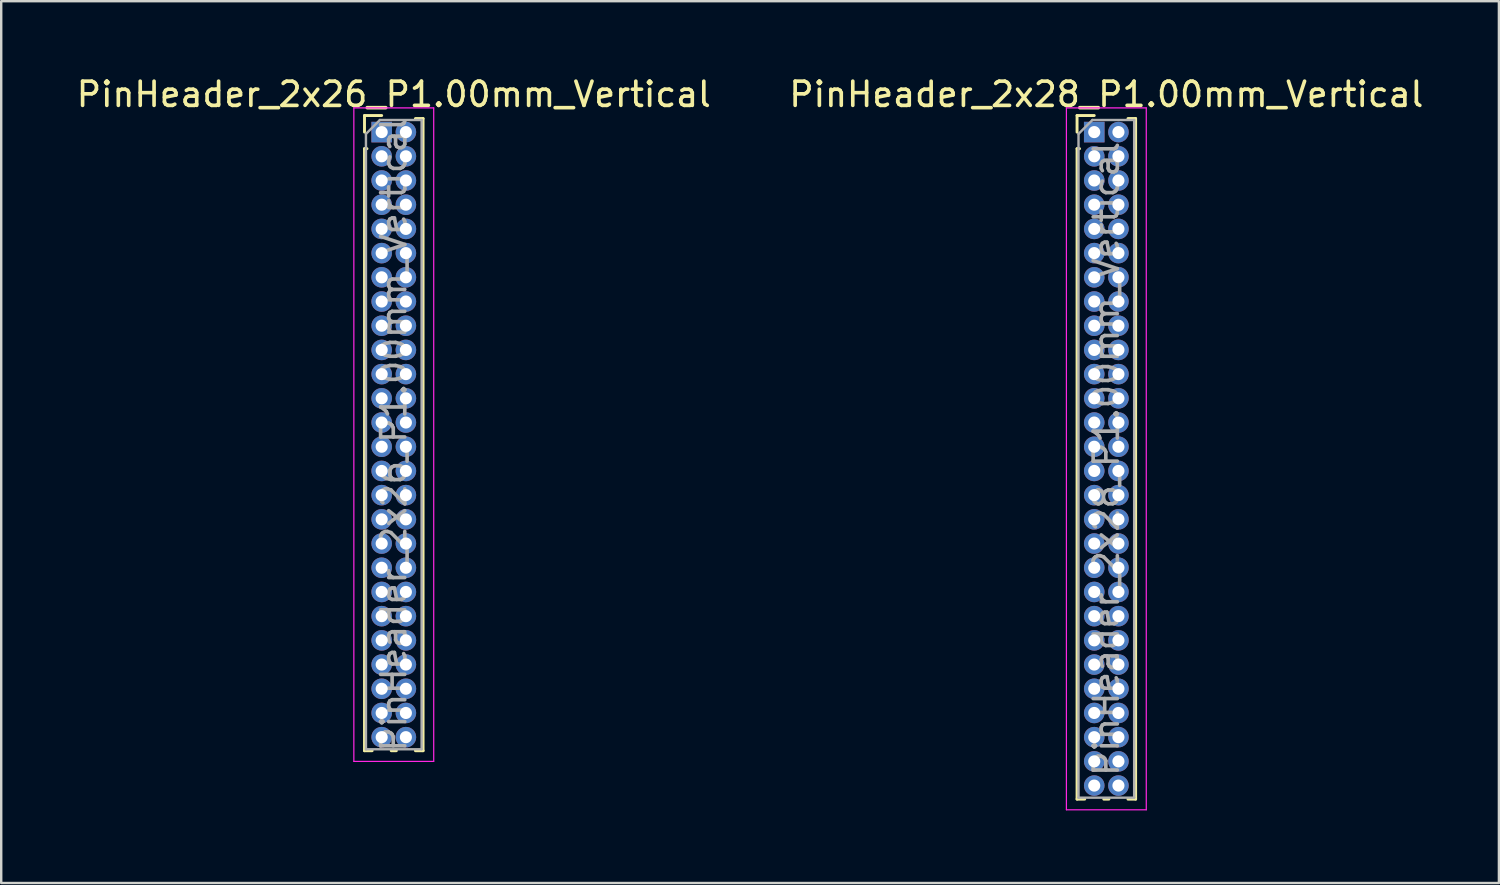
<source format=kicad_pcb>
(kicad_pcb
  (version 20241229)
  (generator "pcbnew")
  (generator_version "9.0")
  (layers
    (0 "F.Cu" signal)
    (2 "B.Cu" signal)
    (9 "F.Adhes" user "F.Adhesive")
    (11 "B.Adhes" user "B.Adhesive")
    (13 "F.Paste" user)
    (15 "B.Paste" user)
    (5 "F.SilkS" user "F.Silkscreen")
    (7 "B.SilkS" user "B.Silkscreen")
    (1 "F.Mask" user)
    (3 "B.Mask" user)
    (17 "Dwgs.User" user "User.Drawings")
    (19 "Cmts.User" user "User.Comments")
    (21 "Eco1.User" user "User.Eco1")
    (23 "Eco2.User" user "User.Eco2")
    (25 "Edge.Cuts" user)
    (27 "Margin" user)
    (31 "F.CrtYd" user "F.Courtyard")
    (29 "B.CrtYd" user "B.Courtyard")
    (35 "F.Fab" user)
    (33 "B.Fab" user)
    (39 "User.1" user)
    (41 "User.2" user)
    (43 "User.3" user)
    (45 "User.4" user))
  (footprint "PinHeader_2x26_P1.00mm_Vertical"
    (layer "F.Cu")
    (at 12.72 2.408)
    (property "Reference" "PinHeader_2x26_P1.00mm_Vertical" (at 0.5 -1.56 0) (layer "F.SilkS") (effects (font (size 1 1) (thickness 0.15))))
    (attr through_hole)
    (fp_line (start -0.71 -0.685) (end 0 -0.685) (stroke (width 0.12) (type solid)) (layer "F.SilkS"))
    (fp_line (start -0.71 0) (end -0.71 -0.685) (stroke (width 0.12) (type solid)) (layer "F.SilkS"))
    (fp_line (start -0.71 0.685) (end -0.71 25.56) (stroke (width 0.12) (type solid)) (layer "F.SilkS"))
    (fp_line (start -0.71 0.685) (end -0.608 0.685) (stroke (width 0.12) (type solid)) (layer "F.SilkS"))
    (fp_line (start -0.71 25.56) (end -0.394 25.56) (stroke (width 0.12) (type solid)) (layer "F.SilkS"))
    (fp_line (start 0.394 25.56) (end 0.606 25.56) (stroke (width 0.12) (type solid)) (layer "F.SilkS"))
    (fp_line (start 1.394 -0.56) (end 1.71 -0.56) (stroke (width 0.12) (type solid)) (layer "F.SilkS"))
    (fp_line (start 1.394 25.56) (end 1.71 25.56) (stroke (width 0.12) (type solid)) (layer "F.SilkS"))
    (fp_line (start 1.71 -0.56) (end 1.71 25.56) (stroke (width 0.12) (type solid)) (layer "F.SilkS"))
    (fp_line (start -1.15 -1) (end -1.15 26) (stroke (width 0.05) (type solid)) (layer "F.CrtYd"))
    (fp_line (start -1.15 26) (end 2.15 26) (stroke (width 0.05) (type solid)) (layer "F.CrtYd"))
    (fp_line (start 2.15 -1) (end -1.15 -1) (stroke (width 0.05) (type solid)) (layer "F.CrtYd"))
    (fp_line (start 2.15 26) (end 2.15 -1) (stroke (width 0.05) (type solid)) (layer "F.CrtYd"))
    (fp_line (start -0.65 0.075) (end -0.075 -0.5) (stroke (width 0.1) (type solid)) (layer "F.Fab"))
    (fp_line (start -0.65 25.5) (end -0.65 0.075) (stroke (width 0.1) (type solid)) (layer "F.Fab"))
    (fp_line (start -0.075 -0.5) (end 1.65 -0.5) (stroke (width 0.1) (type solid)) (layer "F.Fab"))
    (fp_line (start 1.65 -0.5) (end 1.65 25.5) (stroke (width 0.1) (type solid)) (layer "F.Fab"))
    (fp_line (start 1.65 25.5) (end -0.65 25.5) (stroke (width 0.1) (type solid)) (layer "F.Fab"))
    (fp_text user "${REFERENCE}" (at 0.5 12.5 90) (layer "F.Fab") (effects (font (size 1 1) (thickness 0.15))))
    (pad "1" thru_hole rect (at 0 0) (size 0.85 0.85) (drill 0.5) (layers "*.Cu" "*.Mask"))
    (pad "2" thru_hole oval (at 1 0) (size 0.85 0.85) (drill 0.5) (layers "*.Cu" "*.Mask"))
    (pad "3" thru_hole oval (at 0 1) (size 0.85 0.85) (drill 0.5) (layers "*.Cu" "*.Mask"))
    (pad "4" thru_hole oval (at 1 1) (size 0.85 0.85) (drill 0.5) (layers "*.Cu" "*.Mask"))
    (pad "5" thru_hole oval (at 0 2) (size 0.85 0.85) (drill 0.5) (layers "*.Cu" "*.Mask"))
    (pad "6" thru_hole oval (at 1 2) (size 0.85 0.85) (drill 0.5) (layers "*.Cu" "*.Mask"))
    (pad "7" thru_hole oval (at 0 3) (size 0.85 0.85) (drill 0.5) (layers "*.Cu" "*.Mask"))
    (pad "8" thru_hole oval (at 1 3) (size 0.85 0.85) (drill 0.5) (layers "*.Cu" "*.Mask"))
    (pad "9" thru_hole oval (at 0 4) (size 0.85 0.85) (drill 0.5) (layers "*.Cu" "*.Mask"))
    (pad "10" thru_hole oval (at 1 4) (size 0.85 0.85) (drill 0.5) (layers "*.Cu" "*.Mask"))
    (pad "11" thru_hole oval (at 0 5) (size 0.85 0.85) (drill 0.5) (layers "*.Cu" "*.Mask"))
    (pad "12" thru_hole oval (at 1 5) (size 0.85 0.85) (drill 0.5) (layers "*.Cu" "*.Mask"))
    (pad "13" thru_hole oval (at 0 6) (size 0.85 0.85) (drill 0.5) (layers "*.Cu" "*.Mask"))
    (pad "14" thru_hole oval (at 1 6) (size 0.85 0.85) (drill 0.5) (layers "*.Cu" "*.Mask"))
    (pad "15" thru_hole oval (at 0 7) (size 0.85 0.85) (drill 0.5) (layers "*.Cu" "*.Mask"))
    (pad "16" thru_hole oval (at 1 7) (size 0.85 0.85) (drill 0.5) (layers "*.Cu" "*.Mask"))
    (pad "17" thru_hole oval (at 0 8) (size 0.85 0.85) (drill 0.5) (layers "*.Cu" "*.Mask"))
    (pad "18" thru_hole oval (at 1 8) (size 0.85 0.85) (drill 0.5) (layers "*.Cu" "*.Mask"))
    (pad "19" thru_hole oval (at 0 9) (size 0.85 0.85) (drill 0.5) (layers "*.Cu" "*.Mask"))
    (pad "20" thru_hole oval (at 1 9) (size 0.85 0.85) (drill 0.5) (layers "*.Cu" "*.Mask"))
    (pad "21" thru_hole oval (at 0 10) (size 0.85 0.85) (drill 0.5) (layers "*.Cu" "*.Mask"))
    (pad "22" thru_hole oval (at 1 10) (size 0.85 0.85) (drill 0.5) (layers "*.Cu" "*.Mask"))
    (pad "23" thru_hole oval (at 0 11) (size 0.85 0.85) (drill 0.5) (layers "*.Cu" "*.Mask"))
    (pad "24" thru_hole oval (at 1 11) (size 0.85 0.85) (drill 0.5) (layers "*.Cu" "*.Mask"))
    (pad "25" thru_hole oval (at 0 12) (size 0.85 0.85) (drill 0.5) (layers "*.Cu" "*.Mask"))
    (pad "26" thru_hole oval (at 1 12) (size 0.85 0.85) (drill 0.5) (layers "*.Cu" "*.Mask"))
    (pad "27" thru_hole oval (at 0 13) (size 0.85 0.85) (drill 0.5) (layers "*.Cu" "*.Mask"))
    (pad "28" thru_hole oval (at 1 13) (size 0.85 0.85) (drill 0.5) (layers "*.Cu" "*.Mask"))
    (pad "29" thru_hole oval (at 0 14) (size 0.85 0.85) (drill 0.5) (layers "*.Cu" "*.Mask"))
    (pad "30" thru_hole oval (at 1 14) (size 0.85 0.85) (drill 0.5) (layers "*.Cu" "*.Mask"))
    (pad "31" thru_hole oval (at 0 15) (size 0.85 0.85) (drill 0.5) (layers "*.Cu" "*.Mask"))
    (pad "32" thru_hole oval (at 1 15) (size 0.85 0.85) (drill 0.5) (layers "*.Cu" "*.Mask"))
    (pad "33" thru_hole oval (at 0 16) (size 0.85 0.85) (drill 0.5) (layers "*.Cu" "*.Mask"))
    (pad "34" thru_hole oval (at 1 16) (size 0.85 0.85) (drill 0.5) (layers "*.Cu" "*.Mask"))
    (pad "35" thru_hole oval (at 0 17) (size 0.85 0.85) (drill 0.5) (layers "*.Cu" "*.Mask"))
    (pad "36" thru_hole oval (at 1 17) (size 0.85 0.85) (drill 0.5) (layers "*.Cu" "*.Mask"))
    (pad "37" thru_hole oval (at 0 18) (size 0.85 0.85) (drill 0.5) (layers "*.Cu" "*.Mask"))
    (pad "38" thru_hole oval (at 1 18) (size 0.85 0.85) (drill 0.5) (layers "*.Cu" "*.Mask"))
    (pad "39" thru_hole oval (at 0 19) (size 0.85 0.85) (drill 0.5) (layers "*.Cu" "*.Mask"))
    (pad "40" thru_hole oval (at 1 19) (size 0.85 0.85) (drill 0.5) (layers "*.Cu" "*.Mask"))
    (pad "41" thru_hole oval (at 0 20) (size 0.85 0.85) (drill 0.5) (layers "*.Cu" "*.Mask"))
    (pad "42" thru_hole oval (at 1 20) (size 0.85 0.85) (drill 0.5) (layers "*.Cu" "*.Mask"))
    (pad "43" thru_hole oval (at 0 21) (size 0.85 0.85) (drill 0.5) (layers "*.Cu" "*.Mask"))
    (pad "44" thru_hole oval (at 1 21) (size 0.85 0.85) (drill 0.5) (layers "*.Cu" "*.Mask"))
    (pad "45" thru_hole oval (at 0 22) (size 0.85 0.85) (drill 0.5) (layers "*.Cu" "*.Mask"))
    (pad "46" thru_hole oval (at 1 22) (size 0.85 0.85) (drill 0.5) (layers "*.Cu" "*.Mask"))
    (pad "47" thru_hole oval (at 0 23) (size 0.85 0.85) (drill 0.5) (layers "*.Cu" "*.Mask"))
    (pad "48" thru_hole oval (at 1 23) (size 0.85 0.85) (drill 0.5) (layers "*.Cu" "*.Mask"))
    (pad "49" thru_hole oval (at 0 24) (size 0.85 0.85) (drill 0.5) (layers "*.Cu" "*.Mask"))
    (pad "50" thru_hole oval (at 1 24) (size 0.85 0.85) (drill 0.5) (layers "*.Cu" "*.Mask"))
    (pad "51" thru_hole oval (at 0 25) (size 0.85 0.85) (drill 0.5) (layers "*.Cu" "*.Mask"))
    (pad "52" thru_hole oval (at 1 25) (size 0.85 0.85) (drill 0.5) (layers "*.Cu" "*.Mask")))
  (footprint "PinHeader_2x28_P1.00mm_Vertical"
    (layer "F.Cu")
    (at 42.161 2.408)
    (property "Reference" "PinHeader_2x28_P1.00mm_Vertical" (at 0.5 -1.56 0) (layer "F.SilkS") (effects (font (size 1 1) (thickness 0.15))))
    (attr through_hole)
    (fp_line (start -0.71 -0.685) (end 0 -0.685) (stroke (width 0.12) (type solid)) (layer "F.SilkS"))
    (fp_line (start -0.71 0) (end -0.71 -0.685) (stroke (width 0.12) (type solid)) (layer "F.SilkS"))
    (fp_line (start -0.71 0.685) (end -0.71 27.56) (stroke (width 0.12) (type solid)) (layer "F.SilkS"))
    (fp_line (start -0.71 0.685) (end -0.608 0.685) (stroke (width 0.12) (type solid)) (layer "F.SilkS"))
    (fp_line (start -0.71 27.56) (end -0.394 27.56) (stroke (width 0.12) (type solid)) (layer "F.SilkS"))
    (fp_line (start 0.394 27.56) (end 0.606 27.56) (stroke (width 0.12) (type solid)) (layer "F.SilkS"))
    (fp_line (start 1.394 -0.56) (end 1.71 -0.56) (stroke (width 0.12) (type solid)) (layer "F.SilkS"))
    (fp_line (start 1.394 27.56) (end 1.71 27.56) (stroke (width 0.12) (type solid)) (layer "F.SilkS"))
    (fp_line (start 1.71 -0.56) (end 1.71 27.56) (stroke (width 0.12) (type solid)) (layer "F.SilkS"))
    (fp_line (start -1.15 -1) (end -1.15 28) (stroke (width 0.05) (type solid)) (layer "F.CrtYd"))
    (fp_line (start -1.15 28) (end 2.15 28) (stroke (width 0.05) (type solid)) (layer "F.CrtYd"))
    (fp_line (start 2.15 -1) (end -1.15 -1) (stroke (width 0.05) (type solid)) (layer "F.CrtYd"))
    (fp_line (start 2.15 28) (end 2.15 -1) (stroke (width 0.05) (type solid)) (layer "F.CrtYd"))
    (fp_line (start -0.65 0.075) (end -0.075 -0.5) (stroke (width 0.1) (type solid)) (layer "F.Fab"))
    (fp_line (start -0.65 27.5) (end -0.65 0.075) (stroke (width 0.1) (type solid)) (layer "F.Fab"))
    (fp_line (start -0.075 -0.5) (end 1.65 -0.5) (stroke (width 0.1) (type solid)) (layer "F.Fab"))
    (fp_line (start 1.65 -0.5) (end 1.65 27.5) (stroke (width 0.1) (type solid)) (layer "F.Fab"))
    (fp_line (start 1.65 27.5) (end -0.65 27.5) (stroke (width 0.1) (type solid)) (layer "F.Fab"))
    (fp_text user "${REFERENCE}" (at 0.5 13.5 90) (layer "F.Fab") (effects (font (size 1 1) (thickness 0.15))))
    (pad "1" thru_hole rect (at 0 0) (size 0.85 0.85) (drill 0.5) (layers "*.Cu" "*.Mask"))
    (pad "2" thru_hole oval (at 1 0) (size 0.85 0.85) (drill 0.5) (layers "*.Cu" "*.Mask"))
    (pad "3" thru_hole oval (at 0 1) (size 0.85 0.85) (drill 0.5) (layers "*.Cu" "*.Mask"))
    (pad "4" thru_hole oval (at 1 1) (size 0.85 0.85) (drill 0.5) (layers "*.Cu" "*.Mask"))
    (pad "5" thru_hole oval (at 0 2) (size 0.85 0.85) (drill 0.5) (layers "*.Cu" "*.Mask"))
    (pad "6" thru_hole oval (at 1 2) (size 0.85 0.85) (drill 0.5) (layers "*.Cu" "*.Mask"))
    (pad "7" thru_hole oval (at 0 3) (size 0.85 0.85) (drill 0.5) (layers "*.Cu" "*.Mask"))
    (pad "8" thru_hole oval (at 1 3) (size 0.85 0.85) (drill 0.5) (layers "*.Cu" "*.Mask"))
    (pad "9" thru_hole oval (at 0 4) (size 0.85 0.85) (drill 0.5) (layers "*.Cu" "*.Mask"))
    (pad "10" thru_hole oval (at 1 4) (size 0.85 0.85) (drill 0.5) (layers "*.Cu" "*.Mask"))
    (pad "11" thru_hole oval (at 0 5) (size 0.85 0.85) (drill 0.5) (layers "*.Cu" "*.Mask"))
    (pad "12" thru_hole oval (at 1 5) (size 0.85 0.85) (drill 0.5) (layers "*.Cu" "*.Mask"))
    (pad "13" thru_hole oval (at 0 6) (size 0.85 0.85) (drill 0.5) (layers "*.Cu" "*.Mask"))
    (pad "14" thru_hole oval (at 1 6) (size 0.85 0.85) (drill 0.5) (layers "*.Cu" "*.Mask"))
    (pad "15" thru_hole oval (at 0 7) (size 0.85 0.85) (drill 0.5) (layers "*.Cu" "*.Mask"))
    (pad "16" thru_hole oval (at 1 7) (size 0.85 0.85) (drill 0.5) (layers "*.Cu" "*.Mask"))
    (pad "17" thru_hole oval (at 0 8) (size 0.85 0.85) (drill 0.5) (layers "*.Cu" "*.Mask"))
    (pad "18" thru_hole oval (at 1 8) (size 0.85 0.85) (drill 0.5) (layers "*.Cu" "*.Mask"))
    (pad "19" thru_hole oval (at 0 9) (size 0.85 0.85) (drill 0.5) (layers "*.Cu" "*.Mask"))
    (pad "20" thru_hole oval (at 1 9) (size 0.85 0.85) (drill 0.5) (layers "*.Cu" "*.Mask"))
    (pad "21" thru_hole oval (at 0 10) (size 0.85 0.85) (drill 0.5) (layers "*.Cu" "*.Mask"))
    (pad "22" thru_hole oval (at 1 10) (size 0.85 0.85) (drill 0.5) (layers "*.Cu" "*.Mask"))
    (pad "23" thru_hole oval (at 0 11) (size 0.85 0.85) (drill 0.5) (layers "*.Cu" "*.Mask"))
    (pad "24" thru_hole oval (at 1 11) (size 0.85 0.85) (drill 0.5) (layers "*.Cu" "*.Mask"))
    (pad "25" thru_hole oval (at 0 12) (size 0.85 0.85) (drill 0.5) (layers "*.Cu" "*.Mask"))
    (pad "26" thru_hole oval (at 1 12) (size 0.85 0.85) (drill 0.5) (layers "*.Cu" "*.Mask"))
    (pad "27" thru_hole oval (at 0 13) (size 0.85 0.85) (drill 0.5) (layers "*.Cu" "*.Mask"))
    (pad "28" thru_hole oval (at 1 13) (size 0.85 0.85) (drill 0.5) (layers "*.Cu" "*.Mask"))
    (pad "29" thru_hole oval (at 0 14) (size 0.85 0.85) (drill 0.5) (layers "*.Cu" "*.Mask"))
    (pad "30" thru_hole oval (at 1 14) (size 0.85 0.85) (drill 0.5) (layers "*.Cu" "*.Mask"))
    (pad "31" thru_hole oval (at 0 15) (size 0.85 0.85) (drill 0.5) (layers "*.Cu" "*.Mask"))
    (pad "32" thru_hole oval (at 1 15) (size 0.85 0.85) (drill 0.5) (layers "*.Cu" "*.Mask"))
    (pad "33" thru_hole oval (at 0 16) (size 0.85 0.85) (drill 0.5) (layers "*.Cu" "*.Mask"))
    (pad "34" thru_hole oval (at 1 16) (size 0.85 0.85) (drill 0.5) (layers "*.Cu" "*.Mask"))
    (pad "35" thru_hole oval (at 0 17) (size 0.85 0.85) (drill 0.5) (layers "*.Cu" "*.Mask"))
    (pad "36" thru_hole oval (at 1 17) (size 0.85 0.85) (drill 0.5) (layers "*.Cu" "*.Mask"))
    (pad "37" thru_hole oval (at 0 18) (size 0.85 0.85) (drill 0.5) (layers "*.Cu" "*.Mask"))
    (pad "38" thru_hole oval (at 1 18) (size 0.85 0.85) (drill 0.5) (layers "*.Cu" "*.Mask"))
    (pad "39" thru_hole oval (at 0 19) (size 0.85 0.85) (drill 0.5) (layers "*.Cu" "*.Mask"))
    (pad "40" thru_hole oval (at 1 19) (size 0.85 0.85) (drill 0.5) (layers "*.Cu" "*.Mask"))
    (pad "41" thru_hole oval (at 0 20) (size 0.85 0.85) (drill 0.5) (layers "*.Cu" "*.Mask"))
    (pad "42" thru_hole oval (at 1 20) (size 0.85 0.85) (drill 0.5) (layers "*.Cu" "*.Mask"))
    (pad "43" thru_hole oval (at 0 21) (size 0.85 0.85) (drill 0.5) (layers "*.Cu" "*.Mask"))
    (pad "44" thru_hole oval (at 1 21) (size 0.85 0.85) (drill 0.5) (layers "*.Cu" "*.Mask"))
    (pad "45" thru_hole oval (at 0 22) (size 0.85 0.85) (drill 0.5) (layers "*.Cu" "*.Mask"))
    (pad "46" thru_hole oval (at 1 22) (size 0.85 0.85) (drill 0.5) (layers "*.Cu" "*.Mask"))
    (pad "47" thru_hole oval (at 0 23) (size 0.85 0.85) (drill 0.5) (layers "*.Cu" "*.Mask"))
    (pad "48" thru_hole oval (at 1 23) (size 0.85 0.85) (drill 0.5) (layers "*.Cu" "*.Mask"))
    (pad "49" thru_hole oval (at 0 24) (size 0.85 0.85) (drill 0.5) (layers "*.Cu" "*.Mask"))
    (pad "50" thru_hole oval (at 1 24) (size 0.85 0.85) (drill 0.5) (layers "*.Cu" "*.Mask"))
    (pad "51" thru_hole oval (at 0 25) (size 0.85 0.85) (drill 0.5) (layers "*.Cu" "*.Mask"))
    (pad "52" thru_hole oval (at 1 25) (size 0.85 0.85) (drill 0.5) (layers "*.Cu" "*.Mask"))
    (pad "53" thru_hole oval (at 0 26) (size 0.85 0.85) (drill 0.5) (layers "*.Cu" "*.Mask"))
    (pad "54" thru_hole oval (at 1 26) (size 0.85 0.85) (drill 0.5) (layers "*.Cu" "*.Mask"))
    (pad "55" thru_hole oval (at 0 27) (size 0.85 0.85) (drill 0.5) (layers "*.Cu" "*.Mask"))
    (pad "56" thru_hole oval (at 1 27) (size 0.85 0.85) (drill 0.5) (layers "*.Cu" "*.Mask")))
  (gr_rect
    (start -3 -3)
    (end 58.881 33.433)
    (stroke (width 0.1) (type default))
    (fill no)
    (layer "Edge.Cuts")))
</source>
